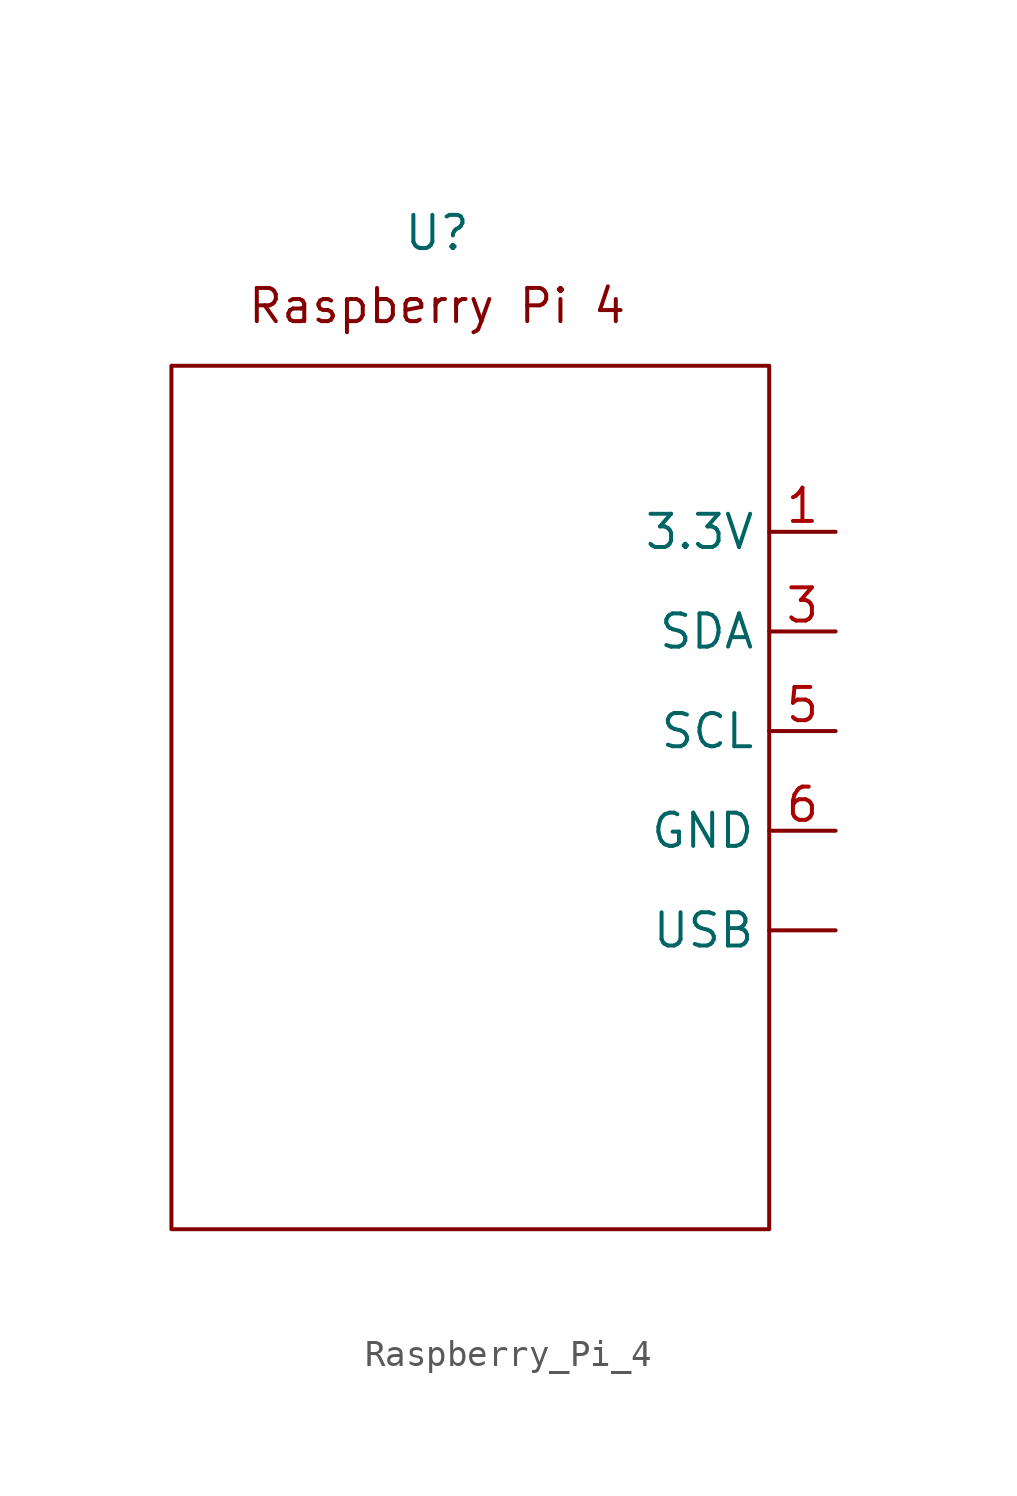
<source format=kicad_sym>
(kicad_symbol_lib
  (version 20231120)
  (generator "kicad_symbol_editor")
  (generator_version "8.0")
  (symbol "Raspberry_Pi_4"
    (property "Reference" "U"
      (at 0 0 0)
      (effects (font (size 1.27 1.27))))
    (property "Value" ""
      (at 0 0 0)
      (effects (font (size 1.27 1.27))))
    (symbol "Raspberry_Pi_4_0_1"
      (rectangle (start 12.7 -5.08) (end -10.16 -38.1) (stroke (width 0) (type default)) (fill (type none))))
    (symbol "Raspberry_Pi_4_1_1"
      (text "Raspberry Pi 4" (at 0 -2.794 0) (effects (font (size 1.27 1.27))))
      (pin bidirectional line (at 15.24 -26.67 180) (length 2.54) (name "USB" (effects (font (size 1.27 1.27)))) (number "" (effects (font (size 1.27 1.27)))))
      (pin output line (at 15.24 -11.43 180) (length 2.54) (name "3.3V" (effects (font (size 1.27 1.27)))) (number "1" (effects (font (size 1.27 1.27)))))
      (pin output line (at 15.24 -15.24 180) (length 2.54) (name "SDA" (effects (font (size 1.27 1.27)))) (number "3" (effects (font (size 1.27 1.27)))))
      (pin output line (at 15.24 -19.05 180) (length 2.54) (name "SCL" (effects (font (size 1.27 1.27)))) (number "5" (effects (font (size 1.27 1.27)))))
      (pin bidirectional line (at 15.24 -22.86 180) (length 2.54) (name "GND" (effects (font (size 1.27 1.27)))) (number "6" (effects (font (size 1.27 1.27))))))))
</source>
